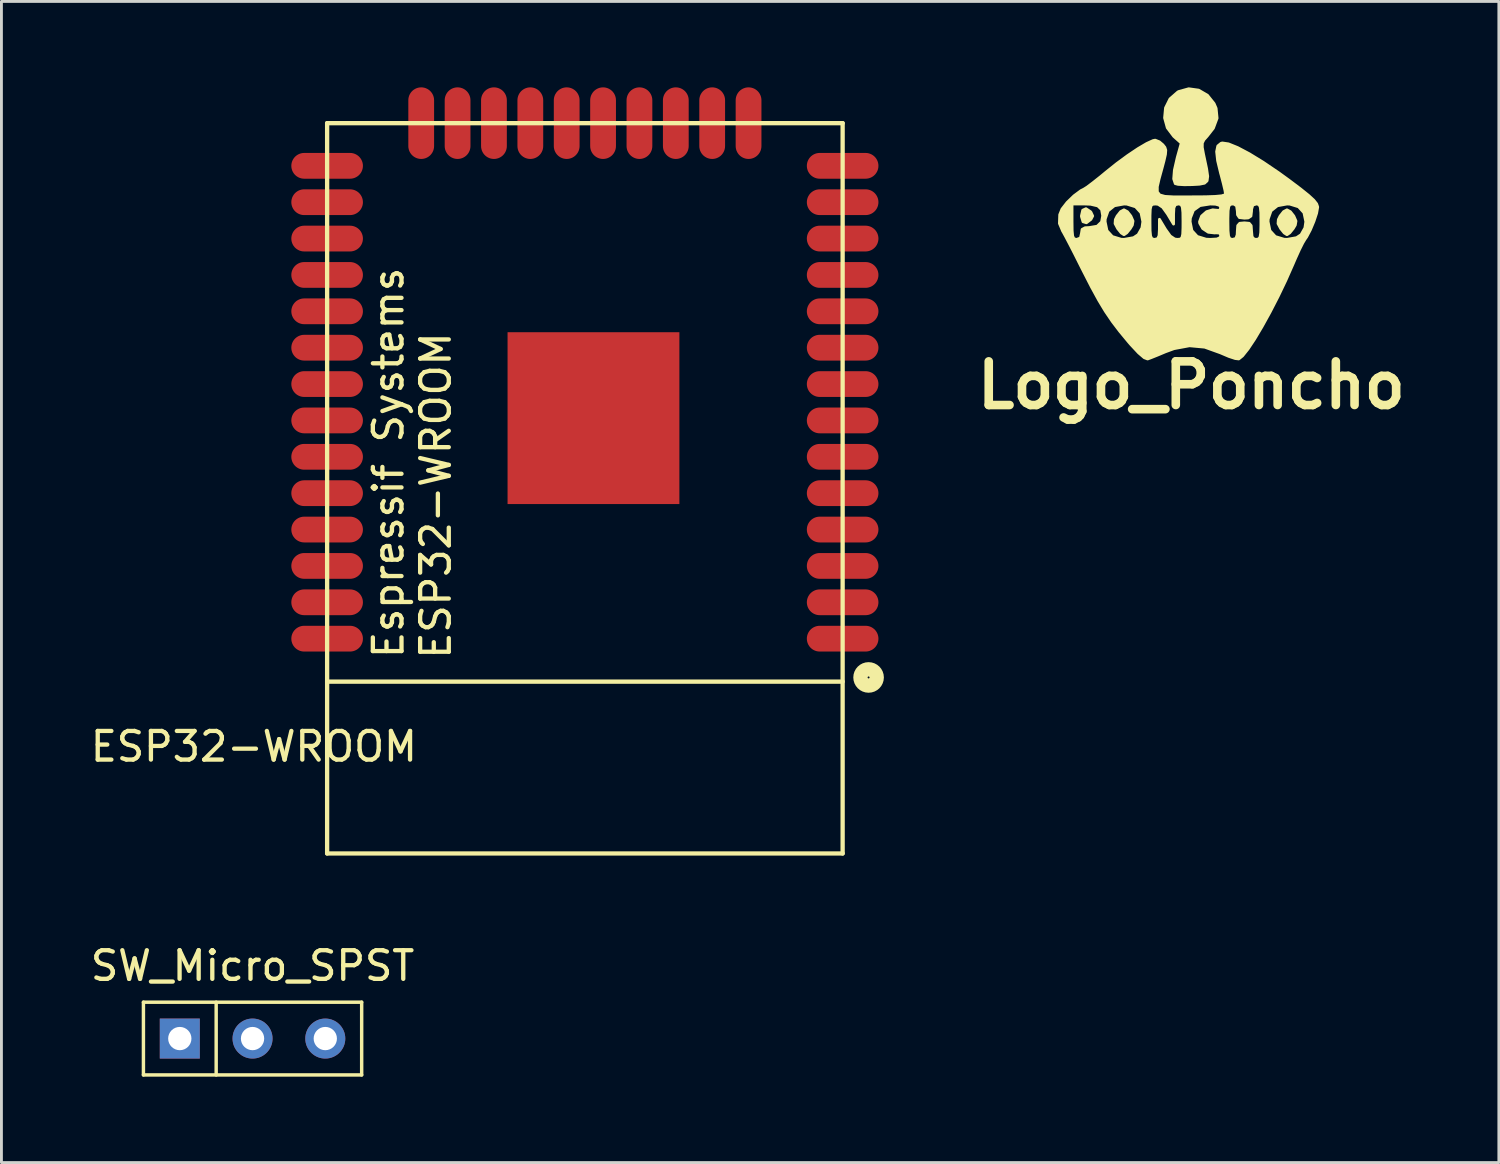
<source format=kicad_pcb>
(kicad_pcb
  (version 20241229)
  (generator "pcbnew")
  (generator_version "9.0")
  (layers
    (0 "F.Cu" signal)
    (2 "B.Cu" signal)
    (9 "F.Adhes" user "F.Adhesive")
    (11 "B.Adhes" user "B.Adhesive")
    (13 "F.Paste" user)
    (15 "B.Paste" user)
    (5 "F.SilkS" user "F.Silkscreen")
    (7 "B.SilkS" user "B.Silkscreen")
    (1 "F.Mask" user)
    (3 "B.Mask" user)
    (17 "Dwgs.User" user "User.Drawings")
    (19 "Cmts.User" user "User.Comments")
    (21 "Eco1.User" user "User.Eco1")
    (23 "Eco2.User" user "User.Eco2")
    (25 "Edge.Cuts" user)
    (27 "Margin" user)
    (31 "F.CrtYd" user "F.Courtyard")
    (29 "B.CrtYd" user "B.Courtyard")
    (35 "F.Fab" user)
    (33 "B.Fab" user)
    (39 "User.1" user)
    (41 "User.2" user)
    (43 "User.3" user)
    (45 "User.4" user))
  (footprint "Logo_Poncho"
    (layer "F.Cu")
    (at 38.422 4.814)
    (property "Reference" "Logo_Poncho" (at 0.127 5.588 0) (layer "F.SilkS") (effects (font (size 1.524 1.524) (thickness 0.3))))
    (attr through_hole)
    (fp_poly (pts (xy -3.32 -0.322) (xy -3.381 -0.206) (xy -3.538 -0.087) (xy -3.657 -0.123) (xy -3.71 -0.301) (xy -3.711 -0.33) (xy -3.667 -0.524) (xy -3.554 -0.576) (xy -3.4 -0.475) (xy -3.381 -0.454) (xy -3.32 -0.322)) (stroke (width 0.1) (type solid)) (fill yes) (layer "F.SilkS"))
    (fp_poly (pts (xy -1.912 -0.147) (xy -1.935 -0.007) (xy -2.007 0.114) (xy -2.129 0.265) (xy -2.225 0.33) (xy -2.227 0.33) (xy -2.323 0.268) (xy -2.445 0.117) (xy -2.447 0.114) (xy -2.537 -0.057) (xy -2.527 -0.197) (xy -2.466 -0.319) (xy -2.343 -0.474) (xy -2.227 -0.536) (xy -2.106 -0.471) (xy -1.987 -0.319) (xy -1.912 -0.147)) (stroke (width 0.1) (type solid)) (fill yes) (layer "F.SilkS"))
    (fp_poly (pts (xy 3.778 -0.147) (xy 3.755 -0.007) (xy 3.684 0.114) (xy 3.562 0.265) (xy 3.465 0.33) (xy 3.464 0.33) (xy 3.368 0.268) (xy 3.246 0.117) (xy 3.244 0.114) (xy 3.153 -0.057) (xy 3.164 -0.197) (xy 3.224 -0.319) (xy 3.347 -0.474) (xy 3.464 -0.536) (xy 3.584 -0.471) (xy 3.703 -0.319) (xy 3.778 -0.147)) (stroke (width 0.1) (type solid)) (fill yes) (layer "F.SilkS"))
    (fp_poly (pts (xy 1.024 -3.736) (xy 0.895 -3.389) (xy 0.679 -3.112) (xy 0.563 -2.982) (xy 0.508 -2.87) (xy 0.506 -2.721) (xy 0.55 -2.483) (xy 0.574 -2.37) (xy 0.658 -1.973) (xy 0.696 -1.709) (xy 0.675 -1.55) (xy 0.584 -1.468) (xy 0.409 -1.433) (xy 0.161 -1.419) (xy -0.124 -1.415) (xy -0.34 -1.428) (xy -0.436 -1.454) (xy -0.49 -1.618) (xy -0.466 -1.924) (xy -0.365 -2.365) (xy -0.36 -2.384) (xy -0.225 -2.869) (xy -0.489 -3.104) (xy -0.714 -3.403) (xy -0.808 -3.747) (xy -0.776 -4.097) (xy -0.62 -4.411) (xy -0.347 -4.65) (xy -0.316 -4.667) (xy 0.034 -4.764) (xy 0.38 -4.716) (xy 0.687 -4.538) (xy 0.919 -4.248) (xy 0.99 -4.082) (xy 1.024 -3.736)) (stroke (width 0.1) (type solid)) (fill yes) (layer "F.SilkS"))
    (fp_poly (pts (xy 4.536 -0.627) (xy 4.499 -0.42) (xy 4.405 -0.135) (xy 4.28 0.163) (xy 4.15 0.409) (xy 4.123 0.447) (xy 4.123 -0.124) (xy 4.058 -0.437) (xy 3.869 -0.644) (xy 3.565 -0.738) (xy 3.464 -0.742) (xy 3.13 -0.681) (xy 2.908 -0.504) (xy 2.809 -0.218) (xy 2.804 -0.124) (xy 2.869 0.19) (xy 3.058 0.397) (xy 3.363 0.49) (xy 3.464 0.495) (xy 3.798 0.436) (xy 3.958 0.33) (xy 4.092 0.092) (xy 4.123 -0.124) (xy 4.123 0.447) (xy 4.09 0.495) (xy 4.014 0.622) (xy 3.895 0.861) (xy 3.754 1.173) (xy 3.673 1.361) (xy 3.422 1.929) (xy 3.15 2.497) (xy 2.869 3.042) (xy 2.593 3.542) (xy 2.556 3.604) (xy 2.556 -0.124) (xy 2.553 -0.44) (xy 2.535 -0.625) (xy 2.494 -0.715) (xy 2.421 -0.741) (xy 2.392 -0.742) (xy 2.271 -0.703) (xy 2.228 -0.559) (xy 2.227 -0.495) (xy 2.206 -0.32) (xy 2.11 -0.255) (xy 1.979 -0.247) (xy 1.804 -0.268) (xy 1.739 -0.364) (xy 1.732 -0.495) (xy 1.706 -0.676) (xy 1.609 -0.74) (xy 1.567 -0.742) (xy 1.483 -0.728) (xy 1.433 -0.661) (xy 1.409 -0.508) (xy 1.402 -0.235) (xy 1.402 -0.124) (xy 1.406 0.193) (xy 1.424 0.378) (xy 1.464 0.467) (xy 1.537 0.494) (xy 1.567 0.495) (xy 1.681 0.463) (xy 1.726 0.336) (xy 1.732 0.206) (xy 1.746 0.012) (xy 1.816 -0.067) (xy 1.979 -0.082) (xy 2.145 -0.066) (xy 2.214 0.015) (xy 2.227 0.206) (xy 2.245 0.405) (xy 2.317 0.485) (xy 2.392 0.495) (xy 2.476 0.48) (xy 2.525 0.414) (xy 2.549 0.261) (xy 2.556 -0.012) (xy 2.556 -0.124) (xy 2.556 3.604) (xy 2.334 3.977) (xy 2.103 4.324) (xy 1.913 4.562) (xy 1.782 4.668) (xy 1.66 4.654) (xy 1.438 4.581) (xy 1.163 4.464) (xy 1.155 4.46) (xy 1.155 0.361) (xy 1.111 0.268) (xy 0.957 0.266) (xy 0.939 0.269) (xy 0.717 0.244) (xy 0.523 0.115) (xy 0.418 -0.071) (xy 0.412 -0.124) (xy 0.484 -0.319) (xy 0.658 -0.472) (xy 0.872 -0.537) (xy 0.95 -0.528) (xy 1.106 -0.515) (xy 1.154 -0.597) (xy 1.155 -0.61) (xy 1.114 -0.695) (xy 0.97 -0.735) (xy 0.783 -0.742) (xy 0.429 -0.687) (xy 0.198 -0.523) (xy 0.091 -0.25) (xy 0.082 -0.124) (xy 0.145 0.189) (xy 0.331 0.393) (xy 0.64 0.488) (xy 0.783 0.495) (xy 1.023 0.481) (xy 1.134 0.429) (xy 1.155 0.361) (xy 1.155 4.46) (xy 1.148 4.457) (xy 0.592 4.257) (xy 0.061 4.208) (xy -0.165 4.25) (xy -0.165 -0.124) (xy -0.169 -0.44) (xy -0.187 -0.625) (xy -0.227 -0.715) (xy -0.3 -0.741) (xy -0.33 -0.742) (xy -0.435 -0.716) (xy -0.484 -0.61) (xy -0.496 -0.392) (xy -0.496 -0.041) (xy -0.706 -0.392) (xy -0.874 -0.626) (xy -1.03 -0.73) (xy -1.118 -0.742) (xy -1.22 -0.734) (xy -1.281 -0.686) (xy -1.31 -0.564) (xy -1.319 -0.332) (xy -1.319 -0.124) (xy -1.316 0.193) (xy -1.298 0.378) (xy -1.257 0.467) (xy -1.184 0.494) (xy -1.155 0.495) (xy -1.049 0.469) (xy -1.001 0.362) (xy -0.989 0.144) (xy -0.988 -0.206) (xy -0.778 0.144) (xy -0.61 0.378) (xy -0.455 0.482) (xy -0.366 0.495) (xy -0.264 0.487) (xy -0.204 0.439) (xy -0.175 0.316) (xy -0.166 0.085) (xy -0.165 -0.124) (xy -0.165 4.25) (xy -0.482 4.309) (xy -0.783 4.42) (xy -1.059 4.536) (xy -1.286 4.627) (xy -1.402 4.67) (xy -1.519 4.625) (xy -1.567 4.584) (xy -1.567 -0.124) (xy -1.632 -0.437) (xy -1.821 -0.644) (xy -2.126 -0.738) (xy -2.227 -0.742) (xy -2.561 -0.681) (xy -2.782 -0.504) (xy -2.882 -0.218) (xy -2.886 -0.124) (xy -2.821 0.19) (xy -2.632 0.397) (xy -2.328 0.49) (xy -2.227 0.495) (xy -1.893 0.436) (xy -1.732 0.33) (xy -1.598 0.092) (xy -1.567 -0.124) (xy -1.567 4.584) (xy -1.717 4.455) (xy -1.986 4.167) (xy -2.062 4.079) (xy -2.37 3.707) (xy -2.632 3.363) (xy -2.87 3.013) (xy -2.969 2.85) (xy -2.969 -0.33) (xy -3.007 -0.546) (xy -3.14 -0.675) (xy -3.392 -0.734) (xy -3.604 -0.742) (xy -4.041 -0.742) (xy -4.041 -0.124) (xy -4.037 0.193) (xy -4.019 0.378) (xy -3.979 0.467) (xy -3.906 0.494) (xy -3.876 0.495) (xy -3.747 0.446) (xy -3.711 0.289) (xy -3.688 0.146) (xy -3.585 0.09) (xy -3.439 0.082) (xy -3.161 0.035) (xy -3.008 -0.115) (xy -2.969 -0.33) (xy -2.969 2.85) (xy -3.106 2.622) (xy -3.361 2.156) (xy -3.656 1.58) (xy -3.725 1.443) (xy -3.927 1.041) (xy -4.107 0.689) (xy -4.251 0.414) (xy -4.343 0.245) (xy -4.367 0.206) (xy -4.48 -0.062) (xy -4.47 -0.368) (xy -4.392 -0.562) (xy -4.212 -0.794) (xy -3.971 -1.027) (xy -3.73 -1.206) (xy -3.629 -1.257) (xy -3.516 -1.328) (xy -3.311 -1.482) (xy -3.047 -1.691) (xy -2.861 -1.845) (xy -2.478 -2.152) (xy -2.094 -2.434) (xy -1.736 -2.674) (xy -1.432 -2.853) (xy -1.211 -2.954) (xy -1.136 -2.969) (xy -0.993 -2.912) (xy -0.869 -2.807) (xy -0.799 -2.718) (xy -0.768 -2.621) (xy -0.779 -2.476) (xy -0.832 -2.242) (xy -0.897 -1.997) (xy -1.002 -1.615) (xy -1.064 -1.343) (xy -1.063 -1.164) (xy -0.98 -1.057) (xy -0.797 -1.006) (xy -0.494 -0.989) (xy -0.051 -0.989) (xy 0.124 -0.99) (xy 0.617 -0.993) (xy 0.964 -1.005) (xy 1.184 -1.026) (xy 1.295 -1.06) (xy 1.319 -1.094) (xy 1.299 -1.22) (xy 1.243 -1.457) (xy 1.165 -1.758) (xy 1.15 -1.809) (xy 1.043 -2.256) (xy 1.009 -2.57) (xy 1.049 -2.766) (xy 1.163 -2.86) (xy 1.209 -2.871) (xy 1.421 -2.84) (xy 1.74 -2.711) (xy 2.15 -2.494) (xy 2.633 -2.198) (xy 3.173 -1.832) (xy 3.525 -1.577) (xy 3.93 -1.272) (xy 4.215 -1.043) (xy 4.399 -0.874) (xy 4.5 -0.746) (xy 4.535 -0.644) (xy 4.536 -0.627)) (stroke (width 0.1) (type solid)) (fill yes) (layer "F.SilkS")))
  (footprint "ESP32-WROOM"
    (layer "F.Cu")
    (at 17.372 14)
    (property "Reference" "ESP32-WROOM" (at -11.557 9.017 0) (layer "F.SilkS") (effects (font (size 1 1) (thickness 0.15))))
    (attr through_hole)
    (fp_line (start -9 -12.75) (end 9 -12.75) (stroke (width 0.15) (type solid)) (layer "F.SilkS"))
    (fp_line (start -9 6.75) (end 9 6.75) (stroke (width 0.15) (type solid)) (layer "F.SilkS"))
    (fp_line (start -9 12.75) (end -9 -12.75) (stroke (width 0.15) (type solid)) (layer "F.SilkS"))
    (fp_line (start -9 12.75) (end 9 12.75) (stroke (width 0.15) (type solid)) (layer "F.SilkS"))
    (fp_line (start 9 12.75) (end 9 -12.75) (stroke (width 0.15) (type solid)) (layer "F.SilkS"))
    (fp_circle (center 9.906 6.604) (end 10.033 6.858) (stroke (width 0.5) (type solid)) (fill no) (layer "F.SilkS"))
    (fp_text user "ESP32-WROOM" (at -5.207 0.254 90) (layer "F.SilkS") (effects (font (size 1 1) (thickness 0.15))))
    (fp_text user "Espressif Systems" (at -6.858 -0.889 90) (layer "F.SilkS") (effects (font (size 1 1) (thickness 0.15))))
    (pad "1" smd oval (at 9 5.25) (size 2.5 0.9) (layers "F.Cu" "F.Mask" "F.Paste"))
    (pad "2" smd oval (at 9 3.98) (size 2.5 0.9) (layers "F.Cu" "F.Mask" "F.Paste"))
    (pad "3" smd oval (at 9 2.71) (size 2.5 0.9) (layers "F.Cu" "F.Mask" "F.Paste"))
    (pad "4" smd oval (at 9 1.44) (size 2.5 0.9) (layers "F.Cu" "F.Mask" "F.Paste"))
    (pad "5" smd oval (at 9 0.17) (size 2.5 0.9) (layers "F.Cu" "F.Mask" "F.Paste"))
    (pad "6" smd oval (at 9 -1.1) (size 2.5 0.9) (layers "F.Cu" "F.Mask" "F.Paste"))
    (pad "7" smd oval (at 9 -2.37) (size 2.5 0.9) (layers "F.Cu" "F.Mask" "F.Paste"))
    (pad "8" smd oval (at 9 -3.64) (size 2.5 0.9) (layers "F.Cu" "F.Mask" "F.Paste"))
    (pad "9" smd oval (at 9 -4.91) (size 2.5 0.9) (layers "F.Cu" "F.Mask" "F.Paste"))
    (pad "10" smd oval (at 9 -6.18) (size 2.5 0.9) (layers "F.Cu" "F.Mask" "F.Paste"))
    (pad "11" smd oval (at 9 -7.45) (size 2.5 0.9) (layers "F.Cu" "F.Mask" "F.Paste"))
    (pad "12" smd oval (at 9 -8.72) (size 2.5 0.9) (layers "F.Cu" "F.Mask" "F.Paste"))
    (pad "13" smd oval (at 9 -9.99) (size 2.5 0.9) (layers "F.Cu" "F.Mask" "F.Paste"))
    (pad "14" smd oval (at 9 -11.26) (size 2.5 0.9) (layers "F.Cu" "F.Mask" "F.Paste"))
    (pad "15" smd oval (at 5.715 -12.75) (size 0.9 2.5) (layers "F.Cu" "F.Mask" "F.Paste"))
    (pad "16" smd oval (at 4.445 -12.75) (size 0.9 2.5) (layers "F.Cu" "F.Mask" "F.Paste"))
    (pad "17" smd oval (at 3.175 -12.75) (size 0.9 2.5) (layers "F.Cu" "F.Mask" "F.Paste"))
    (pad "18" smd oval (at 1.905 -12.75) (size 0.9 2.5) (layers "F.Cu" "F.Mask" "F.Paste"))
    (pad "19" smd oval (at 0.635 -12.75) (size 0.9 2.5) (layers "F.Cu" "F.Mask" "F.Paste"))
    (pad "20" smd oval (at -0.635 -12.75) (size 0.9 2.5) (layers "F.Cu" "F.Mask" "F.Paste"))
    (pad "21" smd oval (at -1.905 -12.75) (size 0.9 2.5) (layers "F.Cu" "F.Mask" "F.Paste"))
    (pad "22" smd oval (at -3.175 -12.75) (size 0.9 2.5) (layers "F.Cu" "F.Mask" "F.Paste"))
    (pad "23" smd oval (at -4.445 -12.75) (size 0.9 2.5) (layers "F.Cu" "F.Mask" "F.Paste"))
    (pad "24" smd oval (at -5.715 -12.75) (size 0.9 2.5) (layers "F.Cu" "F.Mask" "F.Paste"))
    (pad "25" smd oval (at -9 -11.26) (size 2.5 0.9) (layers "F.Cu" "F.Mask" "F.Paste"))
    (pad "26" smd oval (at -9 -9.99) (size 2.5 0.9) (layers "F.Cu" "F.Mask" "F.Paste"))
    (pad "27" smd oval (at -9 -8.72) (size 2.5 0.9) (layers "F.Cu" "F.Mask" "F.Paste"))
    (pad "28" smd oval (at -9 -7.45) (size 2.5 0.9) (layers "F.Cu" "F.Mask" "F.Paste"))
    (pad "29" smd oval (at -9 -6.18) (size 2.5 0.9) (layers "F.Cu" "F.Mask" "F.Paste"))
    (pad "30" smd oval (at -9 -4.91) (size 2.5 0.9) (layers "F.Cu" "F.Mask" "F.Paste"))
    (pad "31" smd oval (at -9 -3.64) (size 2.5 0.9) (layers "F.Cu" "F.Mask" "F.Paste"))
    (pad "32" smd oval (at -9 -2.37) (size 2.5 0.9) (layers "F.Cu" "F.Mask" "F.Paste"))
    (pad "33" smd oval (at -9 -1.1) (size 2.5 0.9) (layers "F.Cu" "F.Mask" "F.Paste"))
    (pad "34" smd oval (at -9 0.17) (size 2.5 0.9) (layers "F.Cu" "F.Mask" "F.Paste"))
    (pad "35" smd oval (at -9 1.44) (size 2.5 0.9) (layers "F.Cu" "F.Mask" "F.Paste"))
    (pad "36" smd oval (at -9 2.71) (size 2.5 0.9) (layers "F.Cu" "F.Mask" "F.Paste"))
    (pad "37" smd oval (at -9 3.98) (size 2.5 0.9) (layers "F.Cu" "F.Mask" "F.Paste"))
    (pad "38" smd oval (at -9 5.25) (size 2.5 0.9) (layers "F.Cu" "F.Mask" "F.Paste"))
    (pad "39" smd rect (at 0.3 -2.45) (size 6 6) (layers "F.Cu" "F.Mask" "F.Paste")))
  (footprint "SW_Micro_SPST"
    (layer "F.Cu")
    (at 5.768 33.213)
    (property "Reference" "SW_Micro_SPST" (at 0 -2.54 0) (layer "F.SilkS") (effects (font (size 1 1) (thickness 0.15))))
    (attr through_hole)
    (fp_line (start -3.81 -1.27) (end 3.81 -1.27) (stroke (width 0.12) (type solid)) (layer "F.SilkS"))
    (fp_line (start -3.81 1.27) (end -3.81 -1.27) (stroke (width 0.12) (type solid)) (layer "F.SilkS"))
    (fp_line (start -1.27 -1.27) (end -1.27 1.27) (stroke (width 0.12) (type solid)) (layer "F.SilkS"))
    (fp_line (start 3.81 -1.27) (end 3.81 1.27) (stroke (width 0.12) (type solid)) (layer "F.SilkS"))
    (fp_line (start 3.81 1.27) (end -3.81 1.27) (stroke (width 0.12) (type solid)) (layer "F.SilkS"))
    (pad "1" thru_hole rect (at -2.54 0) (size 1.397 1.397) (drill 0.813) (layers "*.Cu" "*.Mask"))
    (pad "2" thru_hole circle (at 0 0) (size 1.397 1.397) (drill 0.813) (layers "*.Cu" "*.Mask"))
    (pad "3" thru_hole circle (at 2.54 0) (size 1.397 1.397) (drill 0.813) (layers "*.Cu" "*.Mask")))
  (gr_rect
    (start -3 -3)
    (end 49.285 37.543)
    (stroke (width 0.1) (type default))
    (fill no)
    (layer "Edge.Cuts")))
</source>
